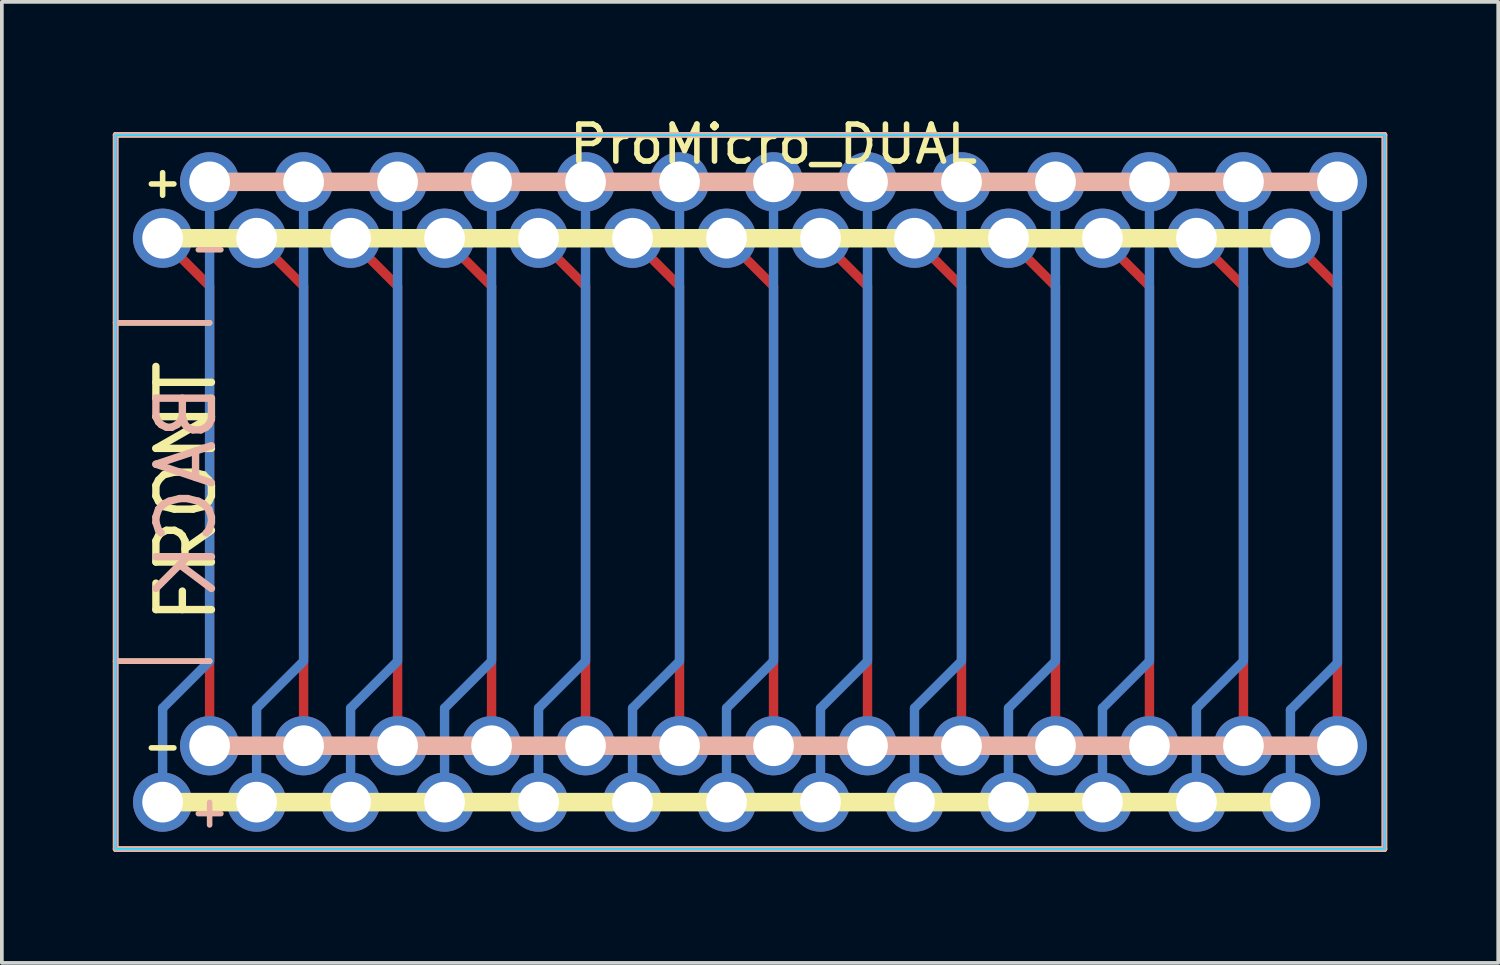
<source format=kicad_pcb>
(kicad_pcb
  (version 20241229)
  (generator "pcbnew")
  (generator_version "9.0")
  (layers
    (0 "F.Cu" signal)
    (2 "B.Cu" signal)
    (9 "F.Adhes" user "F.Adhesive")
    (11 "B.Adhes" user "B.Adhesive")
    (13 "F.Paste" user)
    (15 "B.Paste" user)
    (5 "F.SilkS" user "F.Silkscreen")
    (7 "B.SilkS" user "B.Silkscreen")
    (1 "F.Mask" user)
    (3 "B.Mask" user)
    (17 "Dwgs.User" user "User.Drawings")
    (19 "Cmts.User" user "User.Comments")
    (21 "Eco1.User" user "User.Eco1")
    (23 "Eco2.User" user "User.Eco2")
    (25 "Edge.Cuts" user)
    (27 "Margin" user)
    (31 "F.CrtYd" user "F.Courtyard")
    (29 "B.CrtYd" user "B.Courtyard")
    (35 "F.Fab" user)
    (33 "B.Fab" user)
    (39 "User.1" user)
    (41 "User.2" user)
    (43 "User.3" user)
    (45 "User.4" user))
  (footprint "ProMicro_DUAL"
    (layer "F.Cu")
    (at 17.855 10.246)
    (property "Reference" "ProMicro_DUAL" (at 0 -9.398 0) (layer "F.SilkS") (effects (font (size 1 1) (thickness 0.15))))
    (attr through_hole)
    (fp_line (start -17.78 -9.652) (end -17.78 9.652) (stroke (width 0.15) (type solid)) (layer "F.SilkS"))
    (fp_line (start -17.78 9.652) (end 16.51 9.652) (stroke (width 0.15) (type solid)) (layer "F.SilkS"))
    (fp_line (start -16.51 -6.858) (end 13.97 -6.858) (stroke (width 0.5) (type default)) (layer "F.SilkS"))
    (fp_line (start -16.256 8.382) (end 13.97 8.382) (stroke (width 0.5) (type default)) (layer "F.SilkS"))
    (fp_line (start -15.24 -4.572) (end -17.78 -4.572) (stroke (width 0.15) (type solid)) (layer "F.SilkS"))
    (fp_line (start -15.24 4.572) (end -17.78 4.572) (stroke (width 0.15) (type solid)) (layer "F.SilkS"))
    (fp_line (start 16.51 -9.652) (end -17.78 -9.652) (stroke (width 0.15) (type solid)) (layer "F.SilkS"))
    (fp_line (start 16.51 -9.652) (end 16.51 9.652) (stroke (width 0.15) (type solid)) (layer "F.SilkS"))
    (fp_line (start -17.78 9.652) (end -17.78 -9.652) (stroke (width 0.15) (type solid)) (layer "B.SilkS"))
    (fp_line (start -15.24 6.858) (end 15.24 6.858) (stroke (width 0.5) (type default)) (layer "B.SilkS"))
    (fp_line (start -15.24 -4.572) (end -17.78 -4.572) (stroke (width 0.15) (type solid)) (layer "B.SilkS"))
    (fp_line (start -15.24 4.572) (end -17.78 4.572) (stroke (width 0.15) (type solid)) (layer "B.SilkS"))
    (fp_line (start 15.24 -8.382) (end -15.24 -8.382) (stroke (width 0.5) (type default)) (layer "B.SilkS"))
    (fp_line (start 16.51 -9.652) (end -17.78 -9.652) (stroke (width 0.15) (type solid)) (layer "B.SilkS"))
    (fp_line (start 16.51 -9.652) (end 16.51 9.652) (stroke (width 0.15) (type solid)) (layer "B.SilkS"))
    (fp_line (start 16.51 9.652) (end -17.78 9.652) (stroke (width 0.15) (type solid)) (layer "B.SilkS"))
    (fp_rect (start -17.78 -9.652) (end 16.51 9.652) (stroke (width 0.05) (type default)) (fill no) (layer "B.CrtYd"))
    (fp_rect (start -17.78 -9.652) (end 16.51 9.652) (stroke (width 0.05) (type default)) (fill no) (layer "F.CrtYd"))
    (fp_text user "FRONT" (at -15.875 0 90) (unlocked yes) (layer "F.SilkS") (effects (font (size 1.5 1.5) (thickness 0.2))))
    (fp_text user "-" (at -16.51 6.858 0) (unlocked yes) (layer "F.SilkS") (effects (font (size 0.8 0.8) (thickness 0.15))))
    (fp_text user "+" (at -16.51 -8.382 0) (unlocked yes) (layer "F.SilkS") (effects (font (size 0.8 0.8) (thickness 0.15))))
    (fp_text user "BACK" (at -15.875 0 90) (unlocked yes) (layer "B.SilkS") (effects (font (size 1.5 1.5) (thickness 0.2)) (justify mirror)))
    (fp_text user "+" (at -15.24 8.636 0) (unlocked yes) (layer "B.SilkS") (effects (font (size 0.8 0.8) (thickness 0.15)) (justify mirror)))
    (fp_text user "-" (at -15.24 -6.604 0) (unlocked yes) (layer "B.SilkS") (effects (font (size 0.8 0.8) (thickness 0.15)) (justify mirror)))
    (pad "1" smd roundrect (at -13.97 6.795) (size 0.254 2.159) (layers "B.Cu") (roundrect_rratio 0.5))
    (pad "1" thru_hole circle (at -13.97 8.382) (size 1.6 1.6) (drill 1.1) (layers "*.Cu" "*.Mask"))
    (pad "1" smd roundrect (at -13.335 5.207 315) (size 0.254 2.05) (layers "B.Cu") (roundrect_rratio 0.5))
    (pad "1" thru_hole circle (at -12.7 -8.382) (size 1.6 1.6) (drill 1.1) (layers "*.Cu" "*.Mask"))
    (pad "1" smd roundrect (at -12.7 -2.08) (size 0.254 13.461) (layers "B.Cu") (roundrect_rratio 0.5))
    (pad "2" smd roundrect (at -11.43 6.795) (size 0.254 2.159) (layers "B.Cu") (roundrect_rratio 0.5))
    (pad "2" thru_hole circle (at -11.43 8.382) (size 1.6 1.6) (drill 1.1) (layers "*.Cu" "*.Mask"))
    (pad "2" smd roundrect (at -10.795 5.207 315) (size 0.254 2.05) (layers "B.Cu") (roundrect_rratio 0.5))
    (pad "2" thru_hole circle (at -10.16 -8.382) (size 1.6 1.6) (drill 1.1) (layers "*.Cu" "*.Mask"))
    (pad "2" smd roundrect (at -10.16 -2.08) (size 0.254 13.461) (layers "B.Cu") (roundrect_rratio 0.5))
    (pad "3" smd roundrect (at -8.89 6.795) (size 0.254 2.159) (layers "B.Cu") (roundrect_rratio 0.5))
    (pad "3" thru_hole circle (at -8.89 8.382) (size 1.6 1.6) (drill 1.1) (layers "*.Cu" "*.Mask"))
    (pad "3" smd roundrect (at -8.255 5.207 315) (size 0.254 2.05) (layers "B.Cu") (roundrect_rratio 0.5))
    (pad "3" thru_hole circle (at -7.62 -8.382) (size 1.6 1.6) (drill 1.1) (layers "*.Cu" "*.Mask"))
    (pad "3" smd roundrect (at -7.62 -2.08) (size 0.254 13.461) (layers "B.Cu") (roundrect_rratio 0.5))
    (pad "4" smd roundrect (at -6.35 6.795) (size 0.254 2.159) (layers "B.Cu") (roundrect_rratio 0.5))
    (pad "4" thru_hole circle (at -6.35 8.382) (size 1.6 1.6) (drill 1.1) (layers "*.Cu" "*.Mask"))
    (pad "4" smd roundrect (at -5.715 5.207 315) (size 0.254 2.05) (layers "B.Cu") (roundrect_rratio 0.5))
    (pad "4" thru_hole circle (at -5.08 -8.382) (size 1.6 1.6) (drill 1.1) (layers "*.Cu" "*.Mask"))
    (pad "4" smd roundrect (at -5.08 -2.08) (size 0.254 13.461) (layers "B.Cu") (roundrect_rratio 0.5))
    (pad "5" smd roundrect (at -3.81 6.795) (size 0.254 2.159) (layers "B.Cu") (roundrect_rratio 0.5))
    (pad "5" thru_hole circle (at -3.81 8.382) (size 1.6 1.6) (drill 1.1) (layers "*.Cu" "*.Mask"))
    (pad "5" smd roundrect (at -3.175 5.207 315) (size 0.254 2.05) (layers "B.Cu") (roundrect_rratio 0.5))
    (pad "5" thru_hole circle (at -2.54 -8.382) (size 1.6 1.6) (drill 1.1) (layers "*.Cu" "*.Mask"))
    (pad "5" smd roundrect (at -2.54 -2.08) (size 0.254 13.461) (layers "B.Cu") (roundrect_rratio 0.5))
    (pad "6" smd roundrect (at -1.27 6.795) (size 0.254 2.159) (layers "B.Cu") (roundrect_rratio 0.5))
    (pad "6" thru_hole circle (at -1.27 8.382) (size 1.6 1.6) (drill 1.1) (layers "*.Cu" "*.Mask"))
    (pad "6" smd roundrect (at -0.635 5.207 315) (size 0.254 2.05) (layers "B.Cu") (roundrect_rratio 0.5))
    (pad "6" thru_hole circle (at -0.000004 -8.382) (size 1.6 1.6) (drill 1.1) (layers "*.Cu" "*.Mask"))
    (pad "6" smd roundrect (at 0 -2.08) (size 0.254 13.461) (layers "B.Cu") (roundrect_rratio 0.5))
    (pad "7" smd roundrect (at 1.27 6.795) (size 0.254 2.159) (layers "B.Cu") (roundrect_rratio 0.5))
    (pad "7" thru_hole circle (at 1.27 8.382) (size 1.6 1.6) (drill 1.1) (layers "*.Cu" "*.Mask"))
    (pad "7" smd roundrect (at 1.905 5.207 315) (size 0.254 2.05) (layers "B.Cu") (roundrect_rratio 0.5))
    (pad "7" thru_hole circle (at 2.54 -8.382) (size 1.6 1.6) (drill 1.1) (layers "*.Cu" "*.Mask"))
    (pad "7" smd roundrect (at 2.54 -2.08) (size 0.254 13.461) (layers "B.Cu") (roundrect_rratio 0.5))
    (pad "8" smd roundrect (at 3.81 6.795) (size 0.254 2.159) (layers "B.Cu") (roundrect_rratio 0.5))
    (pad "8" thru_hole circle (at 3.81 8.382) (size 1.6 1.6) (drill 1.1) (layers "*.Cu" "*.Mask"))
    (pad "8" smd roundrect (at 4.445 5.207 315) (size 0.254 2.05) (layers "B.Cu") (roundrect_rratio 0.5))
    (pad "8" thru_hole circle (at 5.08 -8.382) (size 1.6 1.6) (drill 1.1) (layers "*.Cu" "*.Mask"))
    (pad "8" smd roundrect (at 5.08 -2.08) (size 0.254 13.461) (layers "B.Cu") (roundrect_rratio 0.5))
    (pad "9" smd roundrect (at 6.35 6.795) (size 0.254 2.159) (layers "B.Cu") (roundrect_rratio 0.5))
    (pad "9" thru_hole circle (at 6.35 8.382) (size 1.6 1.6) (drill 1.1) (layers "*.Cu" "*.Mask"))
    (pad "9" smd roundrect (at 6.985 5.207 315) (size 0.254 2.05) (layers "B.Cu") (roundrect_rratio 0.5))
    (pad "9" thru_hole circle (at 7.62 -8.382) (size 1.6 1.6) (drill 1.1) (layers "*.Cu" "*.Mask"))
    (pad "9" smd roundrect (at 7.62 -2.08) (size 0.254 13.461) (layers "B.Cu") (roundrect_rratio 0.5))
    (pad "10" smd roundrect (at 8.89 6.795) (size 0.254 2.159) (layers "B.Cu") (roundrect_rratio 0.5))
    (pad "10" thru_hole circle (at 8.89 8.382) (size 1.6 1.6) (drill 1.1) (layers "*.Cu" "*.Mask"))
    (pad "10" smd roundrect (at 9.525 5.207 315) (size 0.254 2.05) (layers "B.Cu") (roundrect_rratio 0.5))
    (pad "10" thru_hole circle (at 10.16 -8.382) (size 1.6 1.6) (drill 1.1) (layers "*.Cu" "*.Mask"))
    (pad "10" smd roundrect (at 10.16 -2.08) (size 0.254 13.461) (layers "B.Cu") (roundrect_rratio 0.5))
    (pad "11" smd roundrect (at 11.43 6.795) (size 0.254 2.159) (layers "B.Cu") (roundrect_rratio 0.5))
    (pad "11" thru_hole circle (at 11.43 8.382) (size 1.6 1.6) (drill 1.1) (layers "*.Cu" "*.Mask"))
    (pad "11" smd roundrect (at 12.065 5.207 315) (size 0.254 2.05) (layers "B.Cu") (roundrect_rratio 0.5))
    (pad "11" thru_hole circle (at 12.7 -8.382) (size 1.6 1.6) (drill 1.1) (layers "*.Cu" "*.Mask"))
    (pad "11" smd roundrect (at 12.7 -2.08) (size 0.254 13.461) (layers "B.Cu") (roundrect_rratio 0.5))
    (pad "12" smd roundrect (at 13.97 6.843) (size 0.254 2.159) (layers "B.Cu") (roundrect_rratio 0.5))
    (pad "12" thru_hole circle (at 13.97 8.382) (size 1.6 1.6) (drill 1.1) (layers "*.Cu" "*.Mask"))
    (pad "12" smd roundrect (at 14.605 5.255 315) (size 0.254 2.05) (layers "B.Cu") (roundrect_rratio 0.5))
    (pad "12" thru_hole circle (at 15.24 -8.382) (size 1.6 1.6) (drill 1.1) (layers "*.Cu" "*.Mask"))
    (pad "12" smd roundrect (at 15.24 -2.032) (size 0.254 13.461) (layers "B.Cu") (roundrect_rratio 0.5))
    (pad "13" thru_hole circle (at 13.97 -6.858) (size 1.6 1.6) (drill 1.1) (layers "*.Cu" "*.Mask"))
    (pad "13" smd roundrect (at 14.69 -6.11 45) (size 0.254 1.81) (layers "F.Cu") (roundrect_rratio 0.5))
    (pad "13" thru_hole circle (at 15.24 6.858) (size 1.6 1.6) (drill 1.1) (layers "*.Cu" "*.Mask"))
    (pad "13" smd roundrect (at 15.24 0.584) (size 0.254 12.542) (layers "F.Cu") (roundrect_rratio 0.5))
    (pad "14" thru_hole circle (at 11.43 -6.858) (size 1.6 1.6) (drill 1.1) (layers "*.Cu" "*.Mask"))
    (pad "14" smd roundrect (at 12.15 -6.11 45) (size 0.254 1.81) (layers "F.Cu") (roundrect_rratio 0.5))
    (pad "14" thru_hole circle (at 12.7 6.858) (size 1.6 1.6) (drill 1.1) (layers "*.Cu" "*.Mask"))
    (pad "14" smd roundrect (at 12.7 0.584) (size 0.254 12.542) (layers "F.Cu") (roundrect_rratio 0.5))
    (pad "15" thru_hole circle (at 8.89 -6.858) (size 1.6 1.6) (drill 1.1) (layers "*.Cu" "*.Mask"))
    (pad "15" smd roundrect (at 9.61 -6.11 45) (size 0.254 1.81) (layers "F.Cu") (roundrect_rratio 0.5))
    (pad "15" thru_hole circle (at 10.16 6.858) (size 1.6 1.6) (drill 1.1) (layers "*.Cu" "*.Mask"))
    (pad "15" smd roundrect (at 10.16 0.584) (size 0.254 12.542) (layers "F.Cu") (roundrect_rratio 0.5))
    (pad "16" thru_hole circle (at 6.35 -6.858) (size 1.6 1.6) (drill 1.1) (layers "*.Cu" "*.Mask"))
    (pad "16" smd roundrect (at 7.07 -6.11 45) (size 0.254 1.81) (layers "F.Cu") (roundrect_rratio 0.5))
    (pad "16" thru_hole circle (at 7.62 6.858) (size 1.6 1.6) (drill 1.1) (layers "*.Cu" "*.Mask"))
    (pad "16" smd roundrect (at 7.62 0.584) (size 0.254 12.542) (layers "F.Cu") (roundrect_rratio 0.5))
    (pad "17" thru_hole circle (at 3.81 -6.858) (size 1.6 1.6) (drill 1.1) (layers "*.Cu" "*.Mask"))
    (pad "17" smd roundrect (at 4.53 -6.11 45) (size 0.254 1.81) (layers "F.Cu") (roundrect_rratio 0.5))
    (pad "17" thru_hole circle (at 5.08 6.858) (size 1.6 1.6) (drill 1.1) (layers "*.Cu" "*.Mask"))
    (pad "17" smd roundrect (at 5.08 0.584) (size 0.254 12.542) (layers "F.Cu") (roundrect_rratio 0.5))
    (pad "18" thru_hole circle (at 1.27 -6.858) (size 1.6 1.6) (drill 1.1) (layers "*.Cu" "*.Mask"))
    (pad "18" smd roundrect (at 1.99 -6.11 45) (size 0.254 1.81) (layers "F.Cu") (roundrect_rratio 0.5))
    (pad "18" thru_hole circle (at 2.54 6.858) (size 1.6 1.6) (drill 1.1) (layers "*.Cu" "*.Mask"))
    (pad "18" smd roundrect (at 2.54 0.584) (size 0.254 12.542) (layers "F.Cu") (roundrect_rratio 0.5))
    (pad "19" thru_hole circle (at -1.27 -6.858) (size 1.6 1.6) (drill 1.1) (layers "*.Cu" "*.Mask"))
    (pad "19" smd roundrect (at -0.55 -6.11 45) (size 0.254 1.81) (layers "F.Cu") (roundrect_rratio 0.5))
    (pad "19" thru_hole circle (at -0.000004 6.858) (size 1.6 1.6) (drill 1.1) (layers "*.Cu" "*.Mask"))
    (pad "19" smd roundrect (at 0 0.584) (size 0.254 12.542) (layers "F.Cu") (roundrect_rratio 0.5))
    (pad "20" thru_hole circle (at -3.81 -6.858) (size 1.6 1.6) (drill 1.1) (layers "*.Cu" "*.Mask"))
    (pad "20" smd roundrect (at -3.09 -6.11 45) (size 0.254 1.81) (layers "F.Cu") (roundrect_rratio 0.5))
    (pad "20" thru_hole circle (at -2.54 6.858) (size 1.6 1.6) (drill 1.1) (layers "*.Cu" "*.Mask"))
    (pad "20" smd roundrect (at -2.54 0.584) (size 0.254 12.542) (layers "F.Cu") (roundrect_rratio 0.5))
    (pad "21" thru_hole circle (at -6.35 -6.858) (size 1.6 1.6) (drill 1.1) (layers "*.Cu" "*.Mask"))
    (pad "21" smd roundrect (at -5.63 -6.11 45) (size 0.254 1.81) (layers "F.Cu") (roundrect_rratio 0.5))
    (pad "21" thru_hole circle (at -5.08 6.858) (size 1.6 1.6) (drill 1.1) (layers "*.Cu" "*.Mask"))
    (pad "21" smd roundrect (at -5.08 0.584) (size 0.254 12.542) (layers "F.Cu") (roundrect_rratio 0.5))
    (pad "22" thru_hole circle (at -8.89 -6.858) (size 1.6 1.6) (drill 1.1) (layers "*.Cu" "*.Mask"))
    (pad "22" smd roundrect (at -8.17 -6.11 45) (size 0.254 1.81) (layers "F.Cu") (roundrect_rratio 0.5))
    (pad "22" thru_hole circle (at -7.62 6.858) (size 1.6 1.6) (drill 1.1) (layers "*.Cu" "*.Mask"))
    (pad "22" smd roundrect (at -7.62 0.584) (size 0.254 12.542) (layers "F.Cu") (roundrect_rratio 0.5))
    (pad "23" thru_hole circle (at -11.43 -6.858) (size 1.6 1.6) (drill 1.1) (layers "*.Cu" "*.Mask"))
    (pad "23" smd roundrect (at -10.71 -6.11 45) (size 0.254 1.81) (layers "F.Cu") (roundrect_rratio 0.5))
    (pad "23" thru_hole circle (at -10.16 6.858) (size 1.6 1.6) (drill 1.1) (layers "*.Cu" "*.Mask"))
    (pad "23" smd roundrect (at -10.16 0.584) (size 0.254 12.542) (layers "F.Cu") (roundrect_rratio 0.5))
    (pad "24" thru_hole circle (at -13.97 -6.858) (size 1.6 1.6) (drill 1.1) (layers "*.Cu" "*.Mask"))
    (pad "24" smd roundrect (at -13.25 -6.11 45) (size 0.254 1.81) (layers "F.Cu") (roundrect_rratio 0.5))
    (pad "24" thru_hole circle (at -12.7 6.858) (size 1.6 1.6) (drill 1.1) (layers "*.Cu" "*.Mask"))
    (pad "24" smd roundrect (at -12.7 0.584) (size 0.254 12.542) (layers "F.Cu") (roundrect_rratio 0.5))
    (pad "25" thru_hole circle (at -16.51 -6.858) (size 1.6 1.6) (drill 1.1) (layers "*.Cu" "*.Mask"))
    (pad "25" smd roundrect (at -15.79 -6.11 45) (size 0.254 1.81) (layers "F.Cu") (roundrect_rratio 0.5))
    (pad "25" thru_hole circle (at -15.24 6.858) (size 1.6 1.6) (drill 1.1) (layers "*.Cu" "*.Mask"))
    (pad "25" smd roundrect (at -15.24 0.584) (size 0.254 12.542) (layers "F.Cu") (roundrect_rratio 0.5))
    (pad "26" thru_hole circle (at -16.51 8.382) (size 1.6 1.6) (drill 1.1) (layers "*.Cu" "*.Mask"))
    (pad "26" smd roundrect (at -16.51 6.795) (size 0.254 2.159) (layers "B.Cu") (roundrect_rratio 0.5))
    (pad "26" smd roundrect (at -15.875 5.207 315) (size 0.254 2.05) (layers "B.Cu") (roundrect_rratio 0.5))
    (pad "26" thru_hole circle (at -15.24 -8.382) (size 1.6 1.6) (drill 1.1) (layers "*.Cu" "*.Mask"))
    (pad "26" smd roundrect (at -15.24 -2.08) (size 0.254 13.461) (layers "B.Cu") (roundrect_rratio 0.5)))
  (gr_rect
    (start -3 -3)
    (end 37.44 22.973)
    (stroke (width 0.1) (type default))
    (fill no)
    (layer "Edge.Cuts")))
</source>
